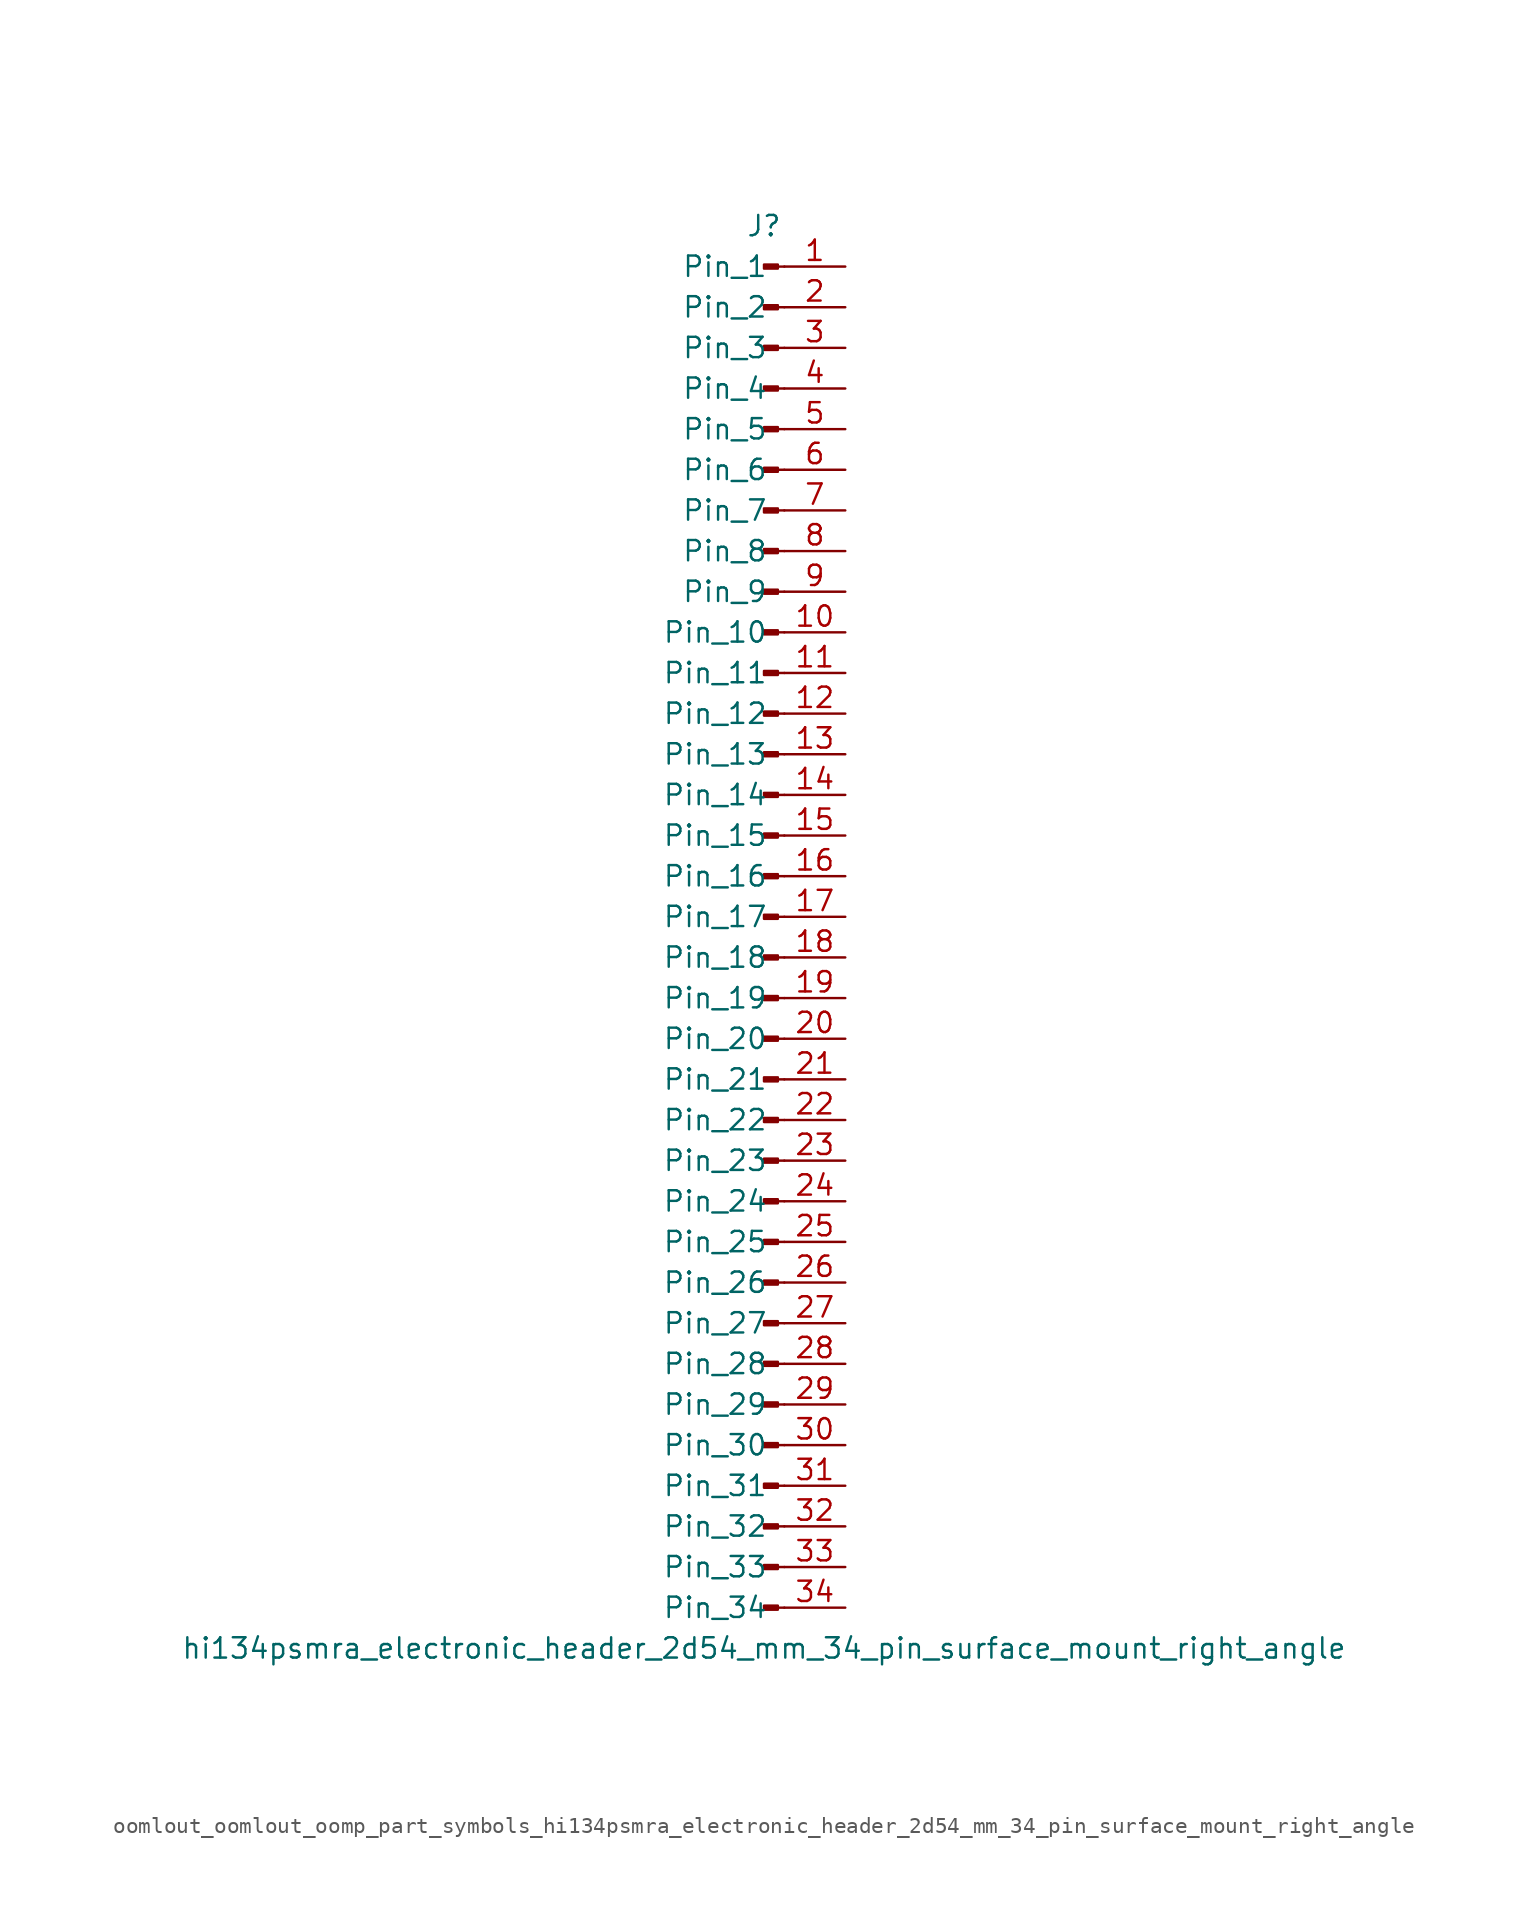
<source format=kicad_sym>
(kicad_symbol_lib
  (version 20220914)
  (generator kicad_symbol_editor)
  (symbol "oomlout_oomlout_oomp_part_symbols_hi134psmra_electronic_header_2d54_mm_34_pin_surface_mount_right_angle"
    (pin_names
      (offset 1.016))
    (property "Reference" "J"
      (at 0 43.18 0)
      (effects (font (size 1.27 1.27))))
    (property "Value" "hi134psmra_electronic_header_2d54_mm_34_pin_surface_mount_right_angle"
      (at 0 -45.72 0)
      (effects (font (size 1.27 1.27))))
    (property "ki_locked" ""
      (at 0 0 0)
      (effects (font (size 1.27 1.27))))
    (symbol "oomlout_oomlout_oomp_part_symbols_hi134psmra_electronic_header_2d54_mm_34_pin_surface_mount_right_angle_1_1"
      (polyline (pts (xy 1.27 -43.18) (xy 0.864 -43.18)) (stroke (width 0.152) (type default)) (fill (type none)))
      (polyline (pts (xy 1.27 -40.64) (xy 0.864 -40.64)) (stroke (width 0.152) (type default)) (fill (type none)))
      (polyline (pts (xy 1.27 -38.1) (xy 0.864 -38.1)) (stroke (width 0.152) (type default)) (fill (type none)))
      (polyline (pts (xy 1.27 -35.56) (xy 0.864 -35.56)) (stroke (width 0.152) (type default)) (fill (type none)))
      (polyline (pts (xy 1.27 -33.02) (xy 0.864 -33.02)) (stroke (width 0.152) (type default)) (fill (type none)))
      (polyline (pts (xy 1.27 -30.48) (xy 0.864 -30.48)) (stroke (width 0.152) (type default)) (fill (type none)))
      (polyline (pts (xy 1.27 -27.94) (xy 0.864 -27.94)) (stroke (width 0.152) (type default)) (fill (type none)))
      (polyline (pts (xy 1.27 -25.4) (xy 0.864 -25.4)) (stroke (width 0.152) (type default)) (fill (type none)))
      (polyline (pts (xy 1.27 -22.86) (xy 0.864 -22.86)) (stroke (width 0.152) (type default)) (fill (type none)))
      (polyline (pts (xy 1.27 -20.32) (xy 0.864 -20.32)) (stroke (width 0.152) (type default)) (fill (type none)))
      (polyline (pts (xy 1.27 -17.78) (xy 0.864 -17.78)) (stroke (width 0.152) (type default)) (fill (type none)))
      (polyline (pts (xy 1.27 -15.24) (xy 0.864 -15.24)) (stroke (width 0.152) (type default)) (fill (type none)))
      (polyline (pts (xy 1.27 -12.7) (xy 0.864 -12.7)) (stroke (width 0.152) (type default)) (fill (type none)))
      (polyline (pts (xy 1.27 -10.16) (xy 0.864 -10.16)) (stroke (width 0.152) (type default)) (fill (type none)))
      (polyline (pts (xy 1.27 -7.62) (xy 0.864 -7.62)) (stroke (width 0.152) (type default)) (fill (type none)))
      (polyline (pts (xy 1.27 -5.08) (xy 0.864 -5.08)) (stroke (width 0.152) (type default)) (fill (type none)))
      (polyline (pts (xy 1.27 -2.54) (xy 0.864 -2.54)) (stroke (width 0.152) (type default)) (fill (type none)))
      (polyline (pts (xy 1.27 0) (xy 0.864 0)) (stroke (width 0.152) (type default)) (fill (type none)))
      (polyline (pts (xy 1.27 2.54) (xy 0.864 2.54)) (stroke (width 0.152) (type default)) (fill (type none)))
      (polyline (pts (xy 1.27 5.08) (xy 0.864 5.08)) (stroke (width 0.152) (type default)) (fill (type none)))
      (polyline (pts (xy 1.27 7.62) (xy 0.864 7.62)) (stroke (width 0.152) (type default)) (fill (type none)))
      (polyline (pts (xy 1.27 10.16) (xy 0.864 10.16)) (stroke (width 0.152) (type default)) (fill (type none)))
      (polyline (pts (xy 1.27 12.7) (xy 0.864 12.7)) (stroke (width 0.152) (type default)) (fill (type none)))
      (polyline (pts (xy 1.27 15.24) (xy 0.864 15.24)) (stroke (width 0.152) (type default)) (fill (type none)))
      (polyline (pts (xy 1.27 17.78) (xy 0.864 17.78)) (stroke (width 0.152) (type default)) (fill (type none)))
      (polyline (pts (xy 1.27 20.32) (xy 0.864 20.32)) (stroke (width 0.152) (type default)) (fill (type none)))
      (polyline (pts (xy 1.27 22.86) (xy 0.864 22.86)) (stroke (width 0.152) (type default)) (fill (type none)))
      (polyline (pts (xy 1.27 25.4) (xy 0.864 25.4)) (stroke (width 0.152) (type default)) (fill (type none)))
      (polyline (pts (xy 1.27 27.94) (xy 0.864 27.94)) (stroke (width 0.152) (type default)) (fill (type none)))
      (polyline (pts (xy 1.27 30.48) (xy 0.864 30.48)) (stroke (width 0.152) (type default)) (fill (type none)))
      (polyline (pts (xy 1.27 33.02) (xy 0.864 33.02)) (stroke (width 0.152) (type default)) (fill (type none)))
      (polyline (pts (xy 1.27 35.56) (xy 0.864 35.56)) (stroke (width 0.152) (type default)) (fill (type none)))
      (polyline (pts (xy 1.27 38.1) (xy 0.864 38.1)) (stroke (width 0.152) (type default)) (fill (type none)))
      (polyline (pts (xy 1.27 40.64) (xy 0.864 40.64)) (stroke (width 0.152) (type default)) (fill (type none)))
      (rectangle (start 0.864 -43.053) (end 0 -43.307) (stroke (width 0.152) (type default)) (fill (type outline)))
      (rectangle (start 0.864 -40.513) (end 0 -40.767) (stroke (width 0.152) (type default)) (fill (type outline)))
      (rectangle (start 0.864 -37.973) (end 0 -38.227) (stroke (width 0.152) (type default)) (fill (type outline)))
      (rectangle (start 0.864 -35.433) (end 0 -35.687) (stroke (width 0.152) (type default)) (fill (type outline)))
      (rectangle (start 0.864 -32.893) (end 0 -33.147) (stroke (width 0.152) (type default)) (fill (type outline)))
      (rectangle (start 0.864 -30.353) (end 0 -30.607) (stroke (width 0.152) (type default)) (fill (type outline)))
      (rectangle (start 0.864 -27.813) (end 0 -28.067) (stroke (width 0.152) (type default)) (fill (type outline)))
      (rectangle (start 0.864 -25.273) (end 0 -25.527) (stroke (width 0.152) (type default)) (fill (type outline)))
      (rectangle (start 0.864 -22.733) (end 0 -22.987) (stroke (width 0.152) (type default)) (fill (type outline)))
      (rectangle (start 0.864 -20.193) (end 0 -20.447) (stroke (width 0.152) (type default)) (fill (type outline)))
      (rectangle (start 0.864 -17.653) (end 0 -17.907) (stroke (width 0.152) (type default)) (fill (type outline)))
      (rectangle (start 0.864 -15.113) (end 0 -15.367) (stroke (width 0.152) (type default)) (fill (type outline)))
      (rectangle (start 0.864 -12.573) (end 0 -12.827) (stroke (width 0.152) (type default)) (fill (type outline)))
      (rectangle (start 0.864 -10.033) (end 0 -10.287) (stroke (width 0.152) (type default)) (fill (type outline)))
      (rectangle (start 0.864 -7.493) (end 0 -7.747) (stroke (width 0.152) (type default)) (fill (type outline)))
      (rectangle (start 0.864 -4.953) (end 0 -5.207) (stroke (width 0.152) (type default)) (fill (type outline)))
      (rectangle (start 0.864 -2.413) (end 0 -2.667) (stroke (width 0.152) (type default)) (fill (type outline)))
      (rectangle (start 0.864 0.127) (end 0 -0.127) (stroke (width 0.152) (type default)) (fill (type outline)))
      (rectangle (start 0.864 2.667) (end 0 2.413) (stroke (width 0.152) (type default)) (fill (type outline)))
      (rectangle (start 0.864 5.207) (end 0 4.953) (stroke (width 0.152) (type default)) (fill (type outline)))
      (rectangle (start 0.864 7.747) (end 0 7.493) (stroke (width 0.152) (type default)) (fill (type outline)))
      (rectangle (start 0.864 10.287) (end 0 10.033) (stroke (width 0.152) (type default)) (fill (type outline)))
      (rectangle (start 0.864 12.827) (end 0 12.573) (stroke (width 0.152) (type default)) (fill (type outline)))
      (rectangle (start 0.864 15.367) (end 0 15.113) (stroke (width 0.152) (type default)) (fill (type outline)))
      (rectangle (start 0.864 17.907) (end 0 17.653) (stroke (width 0.152) (type default)) (fill (type outline)))
      (rectangle (start 0.864 20.447) (end 0 20.193) (stroke (width 0.152) (type default)) (fill (type outline)))
      (rectangle (start 0.864 22.987) (end 0 22.733) (stroke (width 0.152) (type default)) (fill (type outline)))
      (rectangle (start 0.864 25.527) (end 0 25.273) (stroke (width 0.152) (type default)) (fill (type outline)))
      (rectangle (start 0.864 28.067) (end 0 27.813) (stroke (width 0.152) (type default)) (fill (type outline)))
      (rectangle (start 0.864 30.607) (end 0 30.353) (stroke (width 0.152) (type default)) (fill (type outline)))
      (rectangle (start 0.864 33.147) (end 0 32.893) (stroke (width 0.152) (type default)) (fill (type outline)))
      (rectangle (start 0.864 35.687) (end 0 35.433) (stroke (width 0.152) (type default)) (fill (type outline)))
      (rectangle (start 0.864 38.227) (end 0 37.973) (stroke (width 0.152) (type default)) (fill (type outline)))
      (rectangle (start 0.864 40.767) (end 0 40.513) (stroke (width 0.152) (type default)) (fill (type outline)))
      (pin passive line (at 5.08 40.64 180) (length 3.81) (name "Pin_1" (effects (font (size 1.27 1.27)))) (number "1" (effects (font (size 1.27 1.27)))))
      (pin passive line (at 5.08 17.78 180) (length 3.81) (name "Pin_10" (effects (font (size 1.27 1.27)))) (number "10" (effects (font (size 1.27 1.27)))))
      (pin passive line (at 5.08 15.24 180) (length 3.81) (name "Pin_11" (effects (font (size 1.27 1.27)))) (number "11" (effects (font (size 1.27 1.27)))))
      (pin passive line (at 5.08 12.7 180) (length 3.81) (name "Pin_12" (effects (font (size 1.27 1.27)))) (number "12" (effects (font (size 1.27 1.27)))))
      (pin passive line (at 5.08 10.16 180) (length 3.81) (name "Pin_13" (effects (font (size 1.27 1.27)))) (number "13" (effects (font (size 1.27 1.27)))))
      (pin passive line (at 5.08 7.62 180) (length 3.81) (name "Pin_14" (effects (font (size 1.27 1.27)))) (number "14" (effects (font (size 1.27 1.27)))))
      (pin passive line (at 5.08 5.08 180) (length 3.81) (name "Pin_15" (effects (font (size 1.27 1.27)))) (number "15" (effects (font (size 1.27 1.27)))))
      (pin passive line (at 5.08 2.54 180) (length 3.81) (name "Pin_16" (effects (font (size 1.27 1.27)))) (number "16" (effects (font (size 1.27 1.27)))))
      (pin passive line (at 5.08 0 180) (length 3.81) (name "Pin_17" (effects (font (size 1.27 1.27)))) (number "17" (effects (font (size 1.27 1.27)))))
      (pin passive line (at 5.08 -2.54 180) (length 3.81) (name "Pin_18" (effects (font (size 1.27 1.27)))) (number "18" (effects (font (size 1.27 1.27)))))
      (pin passive line (at 5.08 -5.08 180) (length 3.81) (name "Pin_19" (effects (font (size 1.27 1.27)))) (number "19" (effects (font (size 1.27 1.27)))))
      (pin passive line (at 5.08 38.1 180) (length 3.81) (name "Pin_2" (effects (font (size 1.27 1.27)))) (number "2" (effects (font (size 1.27 1.27)))))
      (pin passive line (at 5.08 -7.62 180) (length 3.81) (name "Pin_20" (effects (font (size 1.27 1.27)))) (number "20" (effects (font (size 1.27 1.27)))))
      (pin passive line (at 5.08 -10.16 180) (length 3.81) (name "Pin_21" (effects (font (size 1.27 1.27)))) (number "21" (effects (font (size 1.27 1.27)))))
      (pin passive line (at 5.08 -12.7 180) (length 3.81) (name "Pin_22" (effects (font (size 1.27 1.27)))) (number "22" (effects (font (size 1.27 1.27)))))
      (pin passive line (at 5.08 -15.24 180) (length 3.81) (name "Pin_23" (effects (font (size 1.27 1.27)))) (number "23" (effects (font (size 1.27 1.27)))))
      (pin passive line (at 5.08 -17.78 180) (length 3.81) (name "Pin_24" (effects (font (size 1.27 1.27)))) (number "24" (effects (font (size 1.27 1.27)))))
      (pin passive line (at 5.08 -20.32 180) (length 3.81) (name "Pin_25" (effects (font (size 1.27 1.27)))) (number "25" (effects (font (size 1.27 1.27)))))
      (pin passive line (at 5.08 -22.86 180) (length 3.81) (name "Pin_26" (effects (font (size 1.27 1.27)))) (number "26" (effects (font (size 1.27 1.27)))))
      (pin passive line (at 5.08 -25.4 180) (length 3.81) (name "Pin_27" (effects (font (size 1.27 1.27)))) (number "27" (effects (font (size 1.27 1.27)))))
      (pin passive line (at 5.08 -27.94 180) (length 3.81) (name "Pin_28" (effects (font (size 1.27 1.27)))) (number "28" (effects (font (size 1.27 1.27)))))
      (pin passive line (at 5.08 -30.48 180) (length 3.81) (name "Pin_29" (effects (font (size 1.27 1.27)))) (number "29" (effects (font (size 1.27 1.27)))))
      (pin passive line (at 5.08 35.56 180) (length 3.81) (name "Pin_3" (effects (font (size 1.27 1.27)))) (number "3" (effects (font (size 1.27 1.27)))))
      (pin passive line (at 5.08 -33.02 180) (length 3.81) (name "Pin_30" (effects (font (size 1.27 1.27)))) (number "30" (effects (font (size 1.27 1.27)))))
      (pin passive line (at 5.08 -35.56 180) (length 3.81) (name "Pin_31" (effects (font (size 1.27 1.27)))) (number "31" (effects (font (size 1.27 1.27)))))
      (pin passive line (at 5.08 -38.1 180) (length 3.81) (name "Pin_32" (effects (font (size 1.27 1.27)))) (number "32" (effects (font (size 1.27 1.27)))))
      (pin passive line (at 5.08 -40.64 180) (length 3.81) (name "Pin_33" (effects (font (size 1.27 1.27)))) (number "33" (effects (font (size 1.27 1.27)))))
      (pin passive line (at 5.08 -43.18 180) (length 3.81) (name "Pin_34" (effects (font (size 1.27 1.27)))) (number "34" (effects (font (size 1.27 1.27)))))
      (pin passive line (at 5.08 33.02 180) (length 3.81) (name "Pin_4" (effects (font (size 1.27 1.27)))) (number "4" (effects (font (size 1.27 1.27)))))
      (pin passive line (at 5.08 30.48 180) (length 3.81) (name "Pin_5" (effects (font (size 1.27 1.27)))) (number "5" (effects (font (size 1.27 1.27)))))
      (pin passive line (at 5.08 27.94 180) (length 3.81) (name "Pin_6" (effects (font (size 1.27 1.27)))) (number "6" (effects (font (size 1.27 1.27)))))
      (pin passive line (at 5.08 25.4 180) (length 3.81) (name "Pin_7" (effects (font (size 1.27 1.27)))) (number "7" (effects (font (size 1.27 1.27)))))
      (pin passive line (at 5.08 22.86 180) (length 3.81) (name "Pin_8" (effects (font (size 1.27 1.27)))) (number "8" (effects (font (size 1.27 1.27)))))
      (pin passive line (at 5.08 20.32 180) (length 3.81) (name "Pin_9" (effects (font (size 1.27 1.27)))) (number "9" (effects (font (size 1.27 1.27))))))))
</source>
